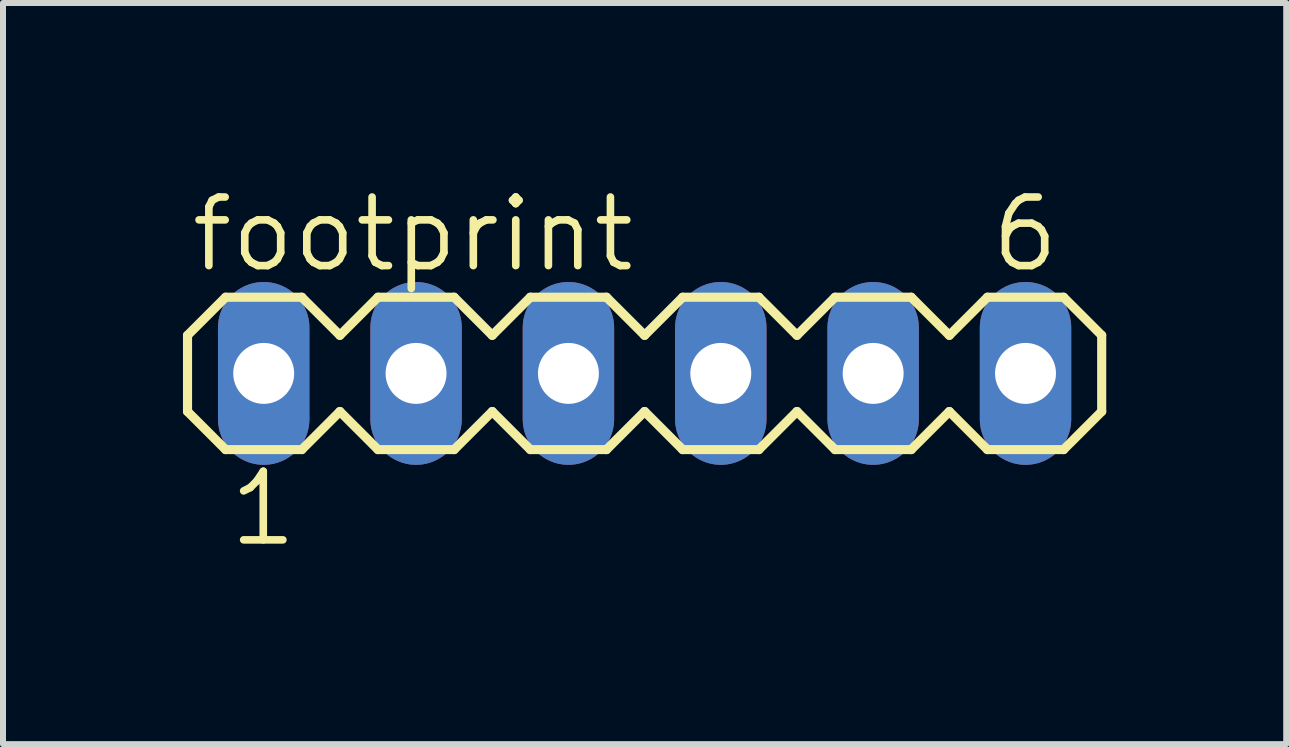
<source format=kicad_pcb>
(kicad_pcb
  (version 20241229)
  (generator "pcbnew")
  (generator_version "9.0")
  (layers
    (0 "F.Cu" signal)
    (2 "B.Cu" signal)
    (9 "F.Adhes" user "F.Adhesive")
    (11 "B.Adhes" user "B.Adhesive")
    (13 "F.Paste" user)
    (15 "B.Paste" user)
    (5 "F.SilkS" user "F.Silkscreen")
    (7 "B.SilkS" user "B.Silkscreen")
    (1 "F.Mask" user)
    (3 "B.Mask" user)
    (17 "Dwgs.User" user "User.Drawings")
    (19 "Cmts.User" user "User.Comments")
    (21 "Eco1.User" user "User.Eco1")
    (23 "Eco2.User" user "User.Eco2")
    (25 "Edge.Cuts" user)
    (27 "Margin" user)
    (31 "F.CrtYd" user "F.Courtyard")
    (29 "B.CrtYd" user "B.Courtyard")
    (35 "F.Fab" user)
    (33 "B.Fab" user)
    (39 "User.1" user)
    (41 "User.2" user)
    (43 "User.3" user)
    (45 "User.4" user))
  (footprint "footprint"
    (layer "F.Cu")
    (at 7.696 3.175)
    (property "Reference" "footprint" (at -7.62 -1.651 0) (layer "F.SilkS") (effects (font (size 1.143 1.143) (thickness 0.127)) (justify left bottom)))
    (fp_line (start -7.62 -0.635) (end -7.62 0.635) (stroke (width 0.152) (type solid)) (layer "F.SilkS"))
    (fp_line (start -7.62 0.635) (end -6.985 1.27) (stroke (width 0.152) (type solid)) (layer "F.SilkS"))
    (fp_line (start -6.985 -1.27) (end -7.62 -0.635) (stroke (width 0.152) (type solid)) (layer "F.SilkS"))
    (fp_line (start -6.985 -1.27) (end -5.715 -1.27) (stroke (width 0.152) (type solid)) (layer "F.SilkS"))
    (fp_line (start -5.715 -1.27) (end -5.08 -0.635) (stroke (width 0.152) (type solid)) (layer "F.SilkS"))
    (fp_line (start -5.715 1.27) (end -6.985 1.27) (stroke (width 0.152) (type solid)) (layer "F.SilkS"))
    (fp_line (start -5.08 -0.635) (end -4.445 -1.27) (stroke (width 0.152) (type solid)) (layer "F.SilkS"))
    (fp_line (start -5.08 0.635) (end -5.715 1.27) (stroke (width 0.152) (type solid)) (layer "F.SilkS"))
    (fp_line (start -4.445 -1.27) (end -3.175 -1.27) (stroke (width 0.152) (type solid)) (layer "F.SilkS"))
    (fp_line (start -4.445 1.27) (end -5.08 0.635) (stroke (width 0.152) (type solid)) (layer "F.SilkS"))
    (fp_line (start -3.175 -1.27) (end -2.54 -0.635) (stroke (width 0.152) (type solid)) (layer "F.SilkS"))
    (fp_line (start -3.175 1.27) (end -4.445 1.27) (stroke (width 0.152) (type solid)) (layer "F.SilkS"))
    (fp_line (start -2.54 -0.635) (end -1.905 -1.27) (stroke (width 0.152) (type solid)) (layer "F.SilkS"))
    (fp_line (start -2.54 0.635) (end -3.175 1.27) (stroke (width 0.152) (type solid)) (layer "F.SilkS"))
    (fp_line (start -1.905 -1.27) (end -0.635 -1.27) (stroke (width 0.152) (type solid)) (layer "F.SilkS"))
    (fp_line (start -1.905 1.27) (end -2.54 0.635) (stroke (width 0.152) (type solid)) (layer "F.SilkS"))
    (fp_line (start -0.635 -1.27) (end 0 -0.635) (stroke (width 0.152) (type solid)) (layer "F.SilkS"))
    (fp_line (start -0.635 1.27) (end -1.905 1.27) (stroke (width 0.152) (type solid)) (layer "F.SilkS"))
    (fp_line (start 0 0.635) (end -0.635 1.27) (stroke (width 0.152) (type solid)) (layer "F.SilkS"))
    (fp_line (start 0 0.635) (end 0.635 1.27) (stroke (width 0.152) (type solid)) (layer "F.SilkS"))
    (fp_line (start 0.635 -1.27) (end 0 -0.635) (stroke (width 0.152) (type solid)) (layer "F.SilkS"))
    (fp_line (start 0.635 -1.27) (end 1.905 -1.27) (stroke (width 0.152) (type solid)) (layer "F.SilkS"))
    (fp_line (start 1.905 -1.27) (end 2.54 -0.635) (stroke (width 0.152) (type solid)) (layer "F.SilkS"))
    (fp_line (start 1.905 1.27) (end 0.635 1.27) (stroke (width 0.152) (type solid)) (layer "F.SilkS"))
    (fp_line (start 2.54 -0.635) (end 3.175 -1.27) (stroke (width 0.152) (type solid)) (layer "F.SilkS"))
    (fp_line (start 2.54 0.635) (end 1.905 1.27) (stroke (width 0.152) (type solid)) (layer "F.SilkS"))
    (fp_line (start 3.175 -1.27) (end 4.445 -1.27) (stroke (width 0.152) (type solid)) (layer "F.SilkS"))
    (fp_line (start 3.175 1.27) (end 2.54 0.635) (stroke (width 0.152) (type solid)) (layer "F.SilkS"))
    (fp_line (start 4.445 -1.27) (end 5.08 -0.635) (stroke (width 0.152) (type solid)) (layer "F.SilkS"))
    (fp_line (start 4.445 1.27) (end 3.175 1.27) (stroke (width 0.152) (type solid)) (layer "F.SilkS"))
    (fp_line (start 5.08 -0.635) (end 5.715 -1.27) (stroke (width 0.152) (type solid)) (layer "F.SilkS"))
    (fp_line (start 5.08 0.635) (end 4.445 1.27) (stroke (width 0.152) (type solid)) (layer "F.SilkS"))
    (fp_line (start 5.715 -1.27) (end 6.985 -1.27) (stroke (width 0.152) (type solid)) (layer "F.SilkS"))
    (fp_line (start 5.715 1.27) (end 5.08 0.635) (stroke (width 0.152) (type solid)) (layer "F.SilkS"))
    (fp_line (start 6.985 -1.27) (end 7.62 -0.635) (stroke (width 0.152) (type solid)) (layer "F.SilkS"))
    (fp_line (start 6.985 1.27) (end 5.715 1.27) (stroke (width 0.152) (type solid)) (layer "F.SilkS"))
    (fp_line (start 7.62 -0.635) (end 7.62 0.635) (stroke (width 0.152) (type solid)) (layer "F.SilkS"))
    (fp_line (start 7.62 0.635) (end 6.985 1.27) (stroke (width 0.152) (type solid)) (layer "F.SilkS"))
    (fp_poly (pts (xy -6.604 0.254) (xy -6.096 0.254) (xy -6.096 -0.254) (xy -6.604 -0.254)) (stroke (width 0.1) (type solid)) (fill no) (layer "F.Fab"))
    (fp_poly (pts (xy -4.064 0.254) (xy -3.556 0.254) (xy -3.556 -0.254) (xy -4.064 -0.254)) (stroke (width 0.1) (type solid)) (fill no) (layer "F.Fab"))
    (fp_poly (pts (xy -1.524 0.254) (xy -1.016 0.254) (xy -1.016 -0.254) (xy -1.524 -0.254)) (stroke (width 0.1) (type solid)) (fill no) (layer "F.Fab"))
    (fp_poly (pts (xy 1.016 0.254) (xy 1.524 0.254) (xy 1.524 -0.254) (xy 1.016 -0.254)) (stroke (width 0.1) (type solid)) (fill no) (layer "F.Fab"))
    (fp_poly (pts (xy 3.556 0.254) (xy 4.064 0.254) (xy 4.064 -0.254) (xy 3.556 -0.254)) (stroke (width 0.1) (type solid)) (fill no) (layer "F.Fab"))
    (fp_poly (pts (xy 6.096 0.254) (xy 6.604 0.254) (xy 6.604 -0.254) (xy 6.096 -0.254)) (stroke (width 0.1) (type solid)) (fill no) (layer "F.Fab"))
    (fp_text user "6" (at 5.715 -1.651 0) (layer "F.SilkS") (effects (font (size 1.143 1.143) (thickness 0.127)) (justify left bottom)))
    (fp_text user "1" (at -6.985 2.921 0) (layer "F.SilkS") (effects (font (size 1.143 1.143) (thickness 0.127)) (justify left bottom)))
    (pad "1" thru_hole oval (at -6.35 0 90) (size 3.048 1.524) (drill 1.016) (layers "*.Cu" "*.Mask"))
    (pad "2" thru_hole oval (at -3.81 0 90) (size 3.048 1.524) (drill 1.016) (layers "*.Cu" "*.Mask"))
    (pad "3" thru_hole oval (at -1.27 0 90) (size 3.048 1.524) (drill 1.016) (layers "*.Cu" "*.Mask"))
    (pad "4" thru_hole oval (at 1.27 0 90) (size 3.048 1.524) (drill 1.016) (layers "*.Cu" "*.Mask"))
    (pad "5" thru_hole oval (at 3.81 0 90) (size 3.048 1.524) (drill 1.016) (layers "*.Cu" "*.Mask"))
    (pad "6" thru_hole oval (at 6.35 0 90) (size 3.048 1.524) (drill 1.016) (layers "*.Cu" "*.Mask")))
  (gr_rect
    (start -3 -3)
    (end 18.392 9.355)
    (stroke (width 0.1) (type default))
    (fill no)
    (layer "Edge.Cuts")))
</source>
